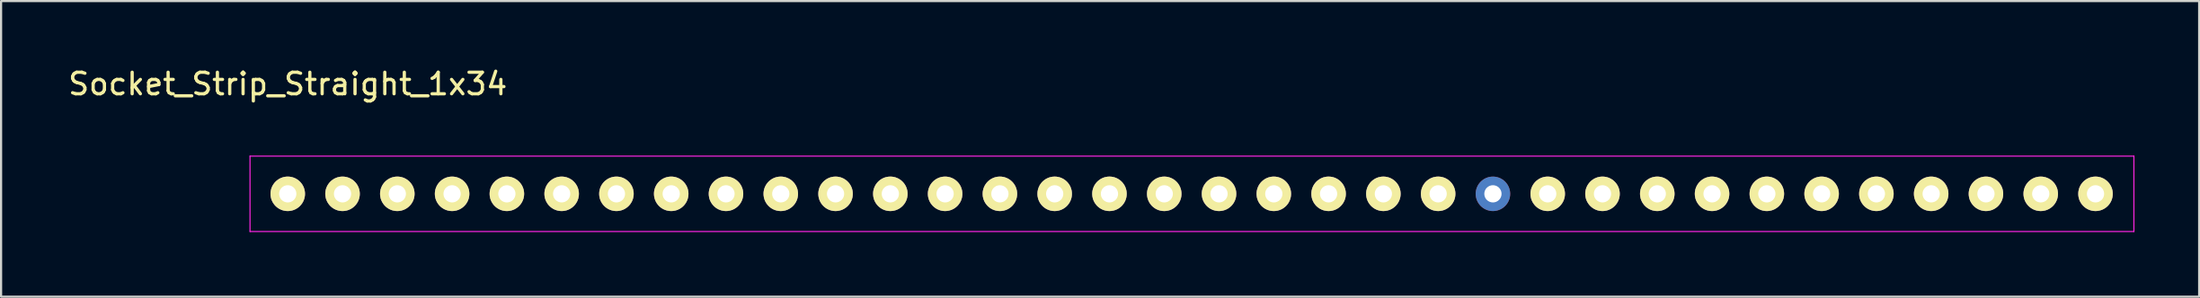
<source format=kicad_pcb>
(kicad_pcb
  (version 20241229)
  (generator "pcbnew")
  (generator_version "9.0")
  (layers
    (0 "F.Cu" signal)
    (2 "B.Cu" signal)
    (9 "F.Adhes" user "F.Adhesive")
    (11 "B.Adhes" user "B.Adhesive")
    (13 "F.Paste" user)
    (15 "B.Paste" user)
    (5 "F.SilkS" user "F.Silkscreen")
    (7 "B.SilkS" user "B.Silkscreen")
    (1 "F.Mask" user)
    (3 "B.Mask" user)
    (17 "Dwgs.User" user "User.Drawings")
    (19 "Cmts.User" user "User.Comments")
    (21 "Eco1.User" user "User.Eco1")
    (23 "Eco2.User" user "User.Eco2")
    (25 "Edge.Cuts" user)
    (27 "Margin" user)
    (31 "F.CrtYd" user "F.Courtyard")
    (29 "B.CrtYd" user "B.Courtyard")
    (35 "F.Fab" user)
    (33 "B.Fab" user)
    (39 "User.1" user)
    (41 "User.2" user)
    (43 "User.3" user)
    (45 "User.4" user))
  (footprint "Socket_Strip_Straight_1x34"
    (layer "F.Cu")
    (at 10.292 5.948)
    (property "Reference" "Socket_Strip_Straight_1x34" (at 0 -5.1 0) (layer "F.SilkS") (effects (font (size 1 1) (thickness 0.15))))
    (attr through_hole)
    (fp_line (start -1.75 -1.75) (end -1.75 1.75) (stroke (width 0.05) (type solid)) (layer "F.CrtYd"))
    (fp_line (start -1.75 -1.75) (end 85.6 -1.75) (stroke (width 0.05) (type solid)) (layer "F.CrtYd"))
    (fp_line (start -1.75 1.75) (end 85.6 1.75) (stroke (width 0.05) (type solid)) (layer "F.CrtYd"))
    (fp_line (start 85.6 -1.75) (end 85.6 1.75) (stroke (width 0.05) (type solid)) (layer "F.CrtYd"))
    (pad "1" thru_hole oval (at 0 0) (size 1.6 1.6) (drill 0.8) (layers "*.Cu" "*.Mask" "F.SilkS"))
    (pad "2" thru_hole oval (at 2.54 0) (size 1.6 1.6) (drill 0.8) (layers "*.Cu" "*.Mask" "F.SilkS"))
    (pad "3" thru_hole oval (at 5.08 0) (size 1.6 1.6) (drill 0.8) (layers "*.Cu" "*.Mask" "F.SilkS"))
    (pad "4" thru_hole oval (at 7.62 0) (size 1.6 1.6) (drill 0.8) (layers "*.Cu" "*.Mask" "F.SilkS"))
    (pad "5" thru_hole oval (at 10.16 0) (size 1.6 1.6) (drill 0.8) (layers "*.Cu" "*.Mask" "F.SilkS"))
    (pad "6" thru_hole oval (at 12.7 0) (size 1.6 1.6) (drill 0.8) (layers "*.Cu" "*.Mask" "F.SilkS"))
    (pad "7" thru_hole oval (at 15.24 0) (size 1.6 1.6) (drill 0.8) (layers "*.Cu" "*.Mask" "F.SilkS"))
    (pad "8" thru_hole oval (at 17.78 0) (size 1.6 1.6) (drill 0.8) (layers "*.Cu" "*.Mask" "F.SilkS"))
    (pad "9" thru_hole oval (at 20.32 0) (size 1.6 1.6) (drill 0.8) (layers "*.Cu" "*.Mask" "F.SilkS"))
    (pad "10" thru_hole oval (at 22.86 0) (size 1.6 1.6) (drill 0.8) (layers "*.Cu" "*.Mask" "F.SilkS"))
    (pad "11" thru_hole oval (at 25.4 0) (size 1.6 1.6) (drill 0.8) (layers "*.Cu" "*.Mask" "F.SilkS"))
    (pad "12" thru_hole oval (at 27.94 0) (size 1.6 1.6) (drill 0.8) (layers "*.Cu" "*.Mask" "F.SilkS"))
    (pad "13" thru_hole oval (at 30.48 0) (size 1.6 1.6) (drill 0.8) (layers "*.Cu" "*.Mask" "F.SilkS"))
    (pad "14" thru_hole oval (at 33.02 0) (size 1.6 1.6) (drill 0.8) (layers "*.Cu" "*.Mask" "F.SilkS"))
    (pad "15" thru_hole oval (at 35.56 0) (size 1.6 1.6) (drill 0.8) (layers "*.Cu" "*.Mask" "F.SilkS"))
    (pad "16" thru_hole oval (at 38.1 0) (size 1.6 1.6) (drill 0.8) (layers "*.Cu" "*.Mask" "F.SilkS"))
    (pad "17" thru_hole oval (at 40.64 0) (size 1.6 1.6) (drill 0.8) (layers "*.Cu" "*.Mask" "F.SilkS"))
    (pad "18" thru_hole oval (at 43.18 0) (size 1.6 1.6) (drill 0.8) (layers "*.Cu" "*.Mask" "F.SilkS"))
    (pad "19" thru_hole oval (at 45.72 0) (size 1.6 1.6) (drill 0.8) (layers "*.Cu" "*.Mask" "F.SilkS"))
    (pad "20" thru_hole oval (at 48.26 0) (size 1.6 1.6) (drill 0.8) (layers "*.Cu" "*.Mask" "F.SilkS"))
    (pad "21" thru_hole oval (at 50.8 0) (size 1.6 1.6) (drill 0.8) (layers "*.Cu" "*.Mask" "F.SilkS"))
    (pad "22" thru_hole oval (at 53.34 0) (size 1.6 1.6) (drill 0.8) (layers "*.Cu" "*.Mask" "F.SilkS"))
    (pad "23" thru_hole oval (at 55.88 0) (size 1.6 1.6) (drill 0.8) (layers "*.Cu" "*.Mask"))
    (pad "24" thru_hole oval (at 58.42 0) (size 1.6 1.6) (drill 0.8) (layers "*.Cu" "*.Mask" "F.SilkS"))
    (pad "25" thru_hole oval (at 60.96 0) (size 1.6 1.6) (drill 0.8) (layers "*.Cu" "*.Mask" "F.SilkS"))
    (pad "26" thru_hole oval (at 63.5 0) (size 1.6 1.6) (drill 0.8) (layers "*.Cu" "*.Mask" "F.SilkS"))
    (pad "27" thru_hole oval (at 66.04 0) (size 1.6 1.6) (drill 0.8) (layers "*.Cu" "*.Mask" "F.SilkS"))
    (pad "28" thru_hole oval (at 68.58 0) (size 1.6 1.6) (drill 0.8) (layers "*.Cu" "*.Mask" "F.SilkS"))
    (pad "29" thru_hole oval (at 71.12 0) (size 1.6 1.6) (drill 0.8) (layers "*.Cu" "*.Mask" "F.SilkS"))
    (pad "30" thru_hole oval (at 73.66 0) (size 1.6 1.6) (drill 0.8) (layers "*.Cu" "*.Mask" "F.SilkS"))
    (pad "31" thru_hole oval (at 76.2 0) (size 1.6 1.6) (drill 0.8) (layers "*.Cu" "*.Mask" "F.SilkS"))
    (pad "32" thru_hole oval (at 78.74 0) (size 1.6 1.6) (drill 0.8) (layers "*.Cu" "*.Mask" "F.SilkS"))
    (pad "33" thru_hole oval (at 81.28 0) (size 1.6 1.6) (drill 0.8) (layers "*.Cu" "*.Mask" "F.SilkS"))
    (pad "34" thru_hole oval (at 83.82 0) (size 1.6 1.6) (drill 0.8) (layers "*.Cu" "*.Mask" "F.SilkS")))
  (gr_rect
    (start -3 -3)
    (end 98.917 10.723)
    (stroke (width 0.1) (type default))
    (fill no)
    (layer "Edge.Cuts")))
</source>
